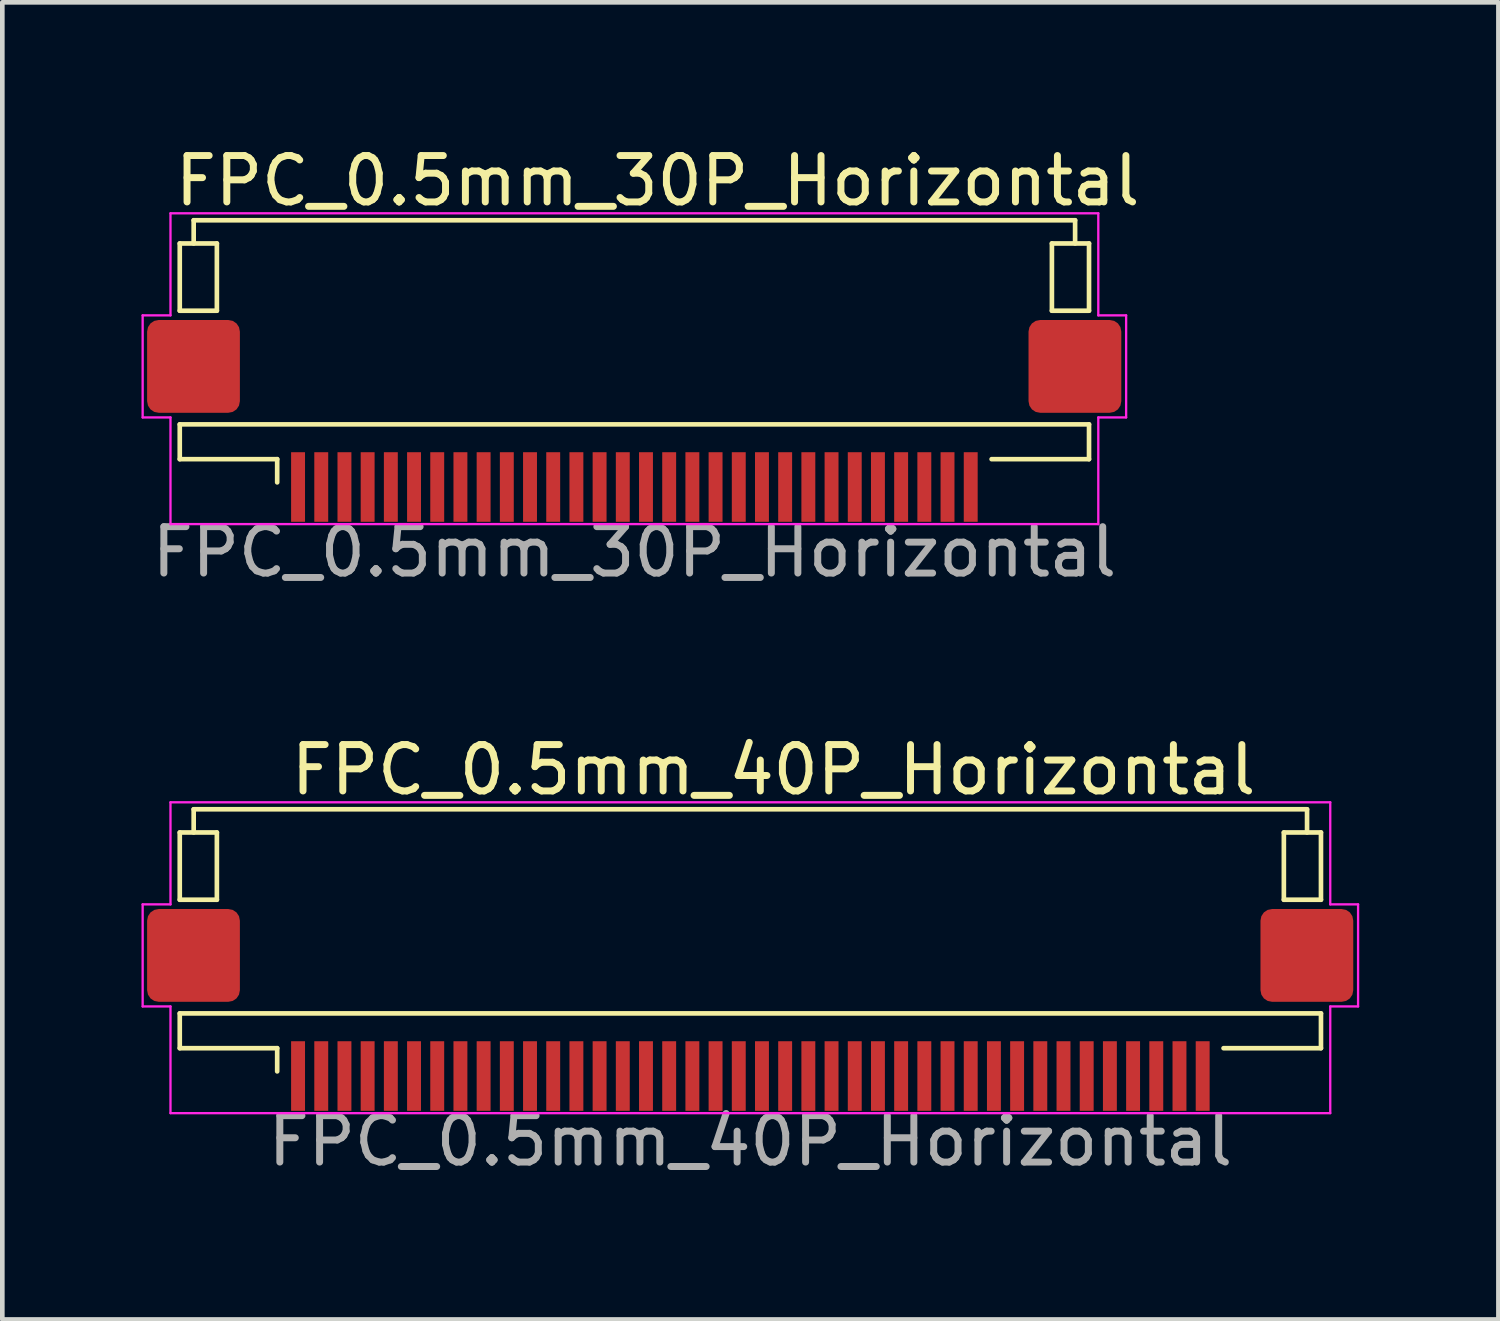
<source format=kicad_pcb>
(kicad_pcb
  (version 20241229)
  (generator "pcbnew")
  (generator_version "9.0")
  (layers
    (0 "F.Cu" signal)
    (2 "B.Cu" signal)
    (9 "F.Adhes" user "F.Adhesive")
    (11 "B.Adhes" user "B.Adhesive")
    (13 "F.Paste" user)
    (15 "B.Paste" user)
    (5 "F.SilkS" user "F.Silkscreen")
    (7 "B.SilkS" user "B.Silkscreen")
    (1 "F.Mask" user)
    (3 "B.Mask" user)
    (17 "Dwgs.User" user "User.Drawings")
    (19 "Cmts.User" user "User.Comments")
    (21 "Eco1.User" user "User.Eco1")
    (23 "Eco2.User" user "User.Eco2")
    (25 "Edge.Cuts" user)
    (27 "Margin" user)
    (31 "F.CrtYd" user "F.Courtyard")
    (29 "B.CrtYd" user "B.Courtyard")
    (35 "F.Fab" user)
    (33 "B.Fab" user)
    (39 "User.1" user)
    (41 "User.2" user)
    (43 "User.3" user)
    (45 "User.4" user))
  (footprint "FPC_0.5mm_30P_Horizontal"
    (layer "F.Cu")
    (at 10.625 6.848)
    (property "Reference" "FPC_0.5mm_30P_Horizontal" (at 0.5 -6 0) (layer "F.SilkS") (effects (font (size 1 1) (thickness 0.15))))
    (attr smd)
    (fp_line (start -9.8 -4.65) (end -9 -4.65) (stroke (width 0.1) (type default)) (layer "F.SilkS"))
    (fp_line (start -9.8 -3.2) (end -9.8 -4.65) (stroke (width 0.1) (type solid)) (layer "F.SilkS"))
    (fp_line (start -9.8 -3.2) (end -9 -3.2) (stroke (width 0.1) (type default)) (layer "F.SilkS"))
    (fp_line (start -9.8 -0.75) (end 9.8 -0.75) (stroke (width 0.1) (type default)) (layer "F.SilkS"))
    (fp_line (start -9.8 0) (end -9.8 -0.75) (stroke (width 0.1) (type solid)) (layer "F.SilkS"))
    (fp_line (start -9.5 -5.15) (end -9.5 -4.65) (stroke (width 0.1) (type default)) (layer "F.SilkS"))
    (fp_line (start -9 -4.65) (end -9 -3.2) (stroke (width 0.1) (type default)) (layer "F.SilkS"))
    (fp_line (start -7.7 0) (end -9.8 0) (stroke (width 0.1) (type solid)) (layer "F.SilkS"))
    (fp_line (start -7.7 0) (end -7.7 0.5) (stroke (width 0.1) (type solid)) (layer "F.SilkS"))
    (fp_line (start 7.7 0) (end 9.8 0.000003) (stroke (width 0.1) (type solid)) (layer "F.SilkS"))
    (fp_line (start 9 -4.65) (end 9.8 -4.65) (stroke (width 0.1) (type default)) (layer "F.SilkS"))
    (fp_line (start 9 -3.2) (end 9 -4.65) (stroke (width 0.1) (type default)) (layer "F.SilkS"))
    (fp_line (start 9 -3.2) (end 9.8 -3.2) (stroke (width 0.1) (type default)) (layer "F.SilkS"))
    (fp_line (start 9.5 -5.15) (end -9.5 -5.15) (stroke (width 0.1) (type solid)) (layer "F.SilkS"))
    (fp_line (start 9.5 -5.15) (end 9.5 -4.65) (stroke (width 0.1) (type default)) (layer "F.SilkS"))
    (fp_line (start 9.8 -3.2) (end 9.8 -4.65) (stroke (width 0.1) (type solid)) (layer "F.SilkS"))
    (fp_line (start 9.8 0.000003) (end 9.8 -0.75) (stroke (width 0.1) (type solid)) (layer "F.SilkS"))
    (fp_line (start -10.6 -3.1) (end -10.6 -0.9) (stroke (width 0.05) (type default)) (layer "F.CrtYd"))
    (fp_line (start -10.6 -0.9) (end -10 -0.9) (stroke (width 0.05) (type default)) (layer "F.CrtYd"))
    (fp_line (start -10 -5.3) (end -10 -3.1) (stroke (width 0.05) (type default)) (layer "F.CrtYd"))
    (fp_line (start -10 -3.1) (end -10.6 -3.1) (stroke (width 0.05) (type default)) (layer "F.CrtYd"))
    (fp_line (start -10 -0.9) (end -10 1.4) (stroke (width 0.05) (type default)) (layer "F.CrtYd"))
    (fp_line (start -10 1.4) (end 10 1.4) (stroke (width 0.05) (type solid)) (layer "F.CrtYd"))
    (fp_line (start 10 -5.3) (end -10 -5.3) (stroke (width 0.05) (type solid)) (layer "F.CrtYd"))
    (fp_line (start 10 -5.3) (end 10 -3.1) (stroke (width 0.05) (type default)) (layer "F.CrtYd"))
    (fp_line (start 10 -3.1) (end 10.6 -3.1) (stroke (width 0.05) (type default)) (layer "F.CrtYd"))
    (fp_line (start 10 -0.9) (end 10 1.4) (stroke (width 0.05) (type default)) (layer "F.CrtYd"))
    (fp_line (start 10.6 -3.1) (end 10.6 -0.9) (stroke (width 0.05) (type default)) (layer "F.CrtYd"))
    (fp_line (start 10.6 -0.9) (end 10 -0.9) (stroke (width 0.05) (type default)) (layer "F.CrtYd"))
    (fp_text user "${REFERENCE}" (at 0 2 180) (layer "F.Fab") (effects (font (size 1 1) (thickness 0.15))))
    (pad "1" smd rect (at -7.25 0.6 180) (size 0.3 1.5) (layers "F.Cu" "F.Mask" "F.Paste"))
    (pad "2" smd rect (at -6.75 0.6 180) (size 0.3 1.5) (layers "F.Cu" "F.Mask" "F.Paste"))
    (pad "3" smd rect (at -6.25 0.6 180) (size 0.3 1.5) (layers "F.Cu" "F.Mask" "F.Paste"))
    (pad "4" smd rect (at -5.75 0.6 180) (size 0.3 1.5) (layers "F.Cu" "F.Mask" "F.Paste"))
    (pad "5" smd rect (at -5.25 0.6 180) (size 0.3 1.5) (layers "F.Cu" "F.Mask" "F.Paste"))
    (pad "6" smd rect (at -4.75 0.6 180) (size 0.3 1.5) (layers "F.Cu" "F.Mask" "F.Paste"))
    (pad "7" smd rect (at -4.25 0.6 180) (size 0.3 1.5) (layers "F.Cu" "F.Mask" "F.Paste"))
    (pad "8" smd rect (at -3.75 0.6 180) (size 0.3 1.5) (layers "F.Cu" "F.Mask" "F.Paste"))
    (pad "9" smd rect (at -3.25 0.6 180) (size 0.3 1.5) (layers "F.Cu" "F.Mask" "F.Paste"))
    (pad "10" smd rect (at -2.75 0.6 180) (size 0.3 1.5) (layers "F.Cu" "F.Mask" "F.Paste"))
    (pad "11" smd rect (at -2.25 0.6 180) (size 0.3 1.5) (layers "F.Cu" "F.Mask" "F.Paste"))
    (pad "12" smd rect (at -1.75 0.6 180) (size 0.3 1.5) (layers "F.Cu" "F.Mask" "F.Paste"))
    (pad "13" smd rect (at -1.25 0.6 180) (size 0.3 1.5) (layers "F.Cu" "F.Mask" "F.Paste"))
    (pad "14" smd rect (at -0.75 0.6 180) (size 0.3 1.5) (layers "F.Cu" "F.Mask" "F.Paste"))
    (pad "15" smd rect (at -0.25 0.6 180) (size 0.3 1.5) (layers "F.Cu" "F.Mask" "F.Paste"))
    (pad "16" smd rect (at 0.25 0.6 180) (size 0.3 1.5) (layers "F.Cu" "F.Mask" "F.Paste"))
    (pad "17" smd rect (at 0.75 0.6 180) (size 0.3 1.5) (layers "F.Cu" "F.Mask" "F.Paste"))
    (pad "18" smd rect (at 1.25 0.6 180) (size 0.3 1.5) (layers "F.Cu" "F.Mask" "F.Paste"))
    (pad "19" smd rect (at 1.75 0.6 180) (size 0.3 1.5) (layers "F.Cu" "F.Mask" "F.Paste"))
    (pad "20" smd rect (at 2.25 0.6 180) (size 0.3 1.5) (layers "F.Cu" "F.Mask" "F.Paste"))
    (pad "21" smd rect (at 2.75 0.6 180) (size 0.3 1.5) (layers "F.Cu" "F.Mask" "F.Paste"))
    (pad "22" smd rect (at 3.25 0.6 180) (size 0.3 1.5) (layers "F.Cu" "F.Mask" "F.Paste"))
    (pad "23" smd rect (at 3.75 0.6 180) (size 0.3 1.5) (layers "F.Cu" "F.Mask" "F.Paste"))
    (pad "24" smd rect (at 4.25 0.6 180) (size 0.3 1.5) (layers "F.Cu" "F.Mask" "F.Paste"))
    (pad "25" smd rect (at 4.75 0.6 180) (size 0.3 1.5) (layers "F.Cu" "F.Mask" "F.Paste"))
    (pad "26" smd rect (at 5.25 0.6 180) (size 0.3 1.5) (layers "F.Cu" "F.Mask" "F.Paste"))
    (pad "27" smd rect (at 5.75 0.6 180) (size 0.3 1.5) (layers "F.Cu" "F.Mask" "F.Paste"))
    (pad "28" smd rect (at 6.25 0.6 180) (size 0.3 1.5) (layers "F.Cu" "F.Mask" "F.Paste"))
    (pad "29" smd rect (at 6.75 0.6 180) (size 0.3 1.5) (layers "F.Cu" "F.Mask" "F.Paste"))
    (pad "30" smd rect (at 7.25 0.6 180) (size 0.3 1.5) (layers "F.Cu" "F.Mask" "F.Paste"))
    (pad "MP" smd roundrect (at -9.504 -2 270) (size 2 2) (layers "F.Cu" "F.Mask" "F.Paste") (roundrect_rratio 0.125))
    (pad "MP" smd roundrect (at 9.496 -2 180) (size 2 2) (layers "F.Cu" "F.Mask" "F.Paste") (roundrect_rratio 0.125)))
  (footprint "FPC_0.5mm_40P_Horizontal"
    (layer "F.Cu")
    (at 13.125 19.545)
    (property "Reference" "FPC_0.5mm_40P_Horizontal" (at 0.5 -6 0) (layer "F.SilkS") (effects (font (size 1 1) (thickness 0.15))))
    (attr smd)
    (fp_line (start -12.3 -4.65) (end -11.5 -4.65) (stroke (width 0.1) (type default)) (layer "F.SilkS"))
    (fp_line (start -12.3 -3.2) (end -12.3 -4.65) (stroke (width 0.1) (type solid)) (layer "F.SilkS"))
    (fp_line (start -12.3 -3.2) (end -11.5 -3.2) (stroke (width 0.1) (type default)) (layer "F.SilkS"))
    (fp_line (start -12.3 -0.75) (end 12.3 -0.75) (stroke (width 0.1) (type default)) (layer "F.SilkS"))
    (fp_line (start -12.3 0) (end -12.3 -0.75) (stroke (width 0.1) (type solid)) (layer "F.SilkS"))
    (fp_line (start -12 -5.15) (end -12 -4.65) (stroke (width 0.1) (type default)) (layer "F.SilkS"))
    (fp_line (start -11.5 -4.65) (end -11.5 -3.2) (stroke (width 0.1) (type default)) (layer "F.SilkS"))
    (fp_line (start -10.2 0) (end -12.3 0) (stroke (width 0.1) (type solid)) (layer "F.SilkS"))
    (fp_line (start -10.2 0) (end -10.2 0.5) (stroke (width 0.1) (type solid)) (layer "F.SilkS"))
    (fp_line (start 10.2 0) (end 12.3 0.000003) (stroke (width 0.1) (type solid)) (layer "F.SilkS"))
    (fp_line (start 11.5 -4.65) (end 12.3 -4.65) (stroke (width 0.1) (type default)) (layer "F.SilkS"))
    (fp_line (start 11.5 -3.2) (end 11.5 -4.65) (stroke (width 0.1) (type default)) (layer "F.SilkS"))
    (fp_line (start 11.5 -3.2) (end 12.3 -3.2) (stroke (width 0.1) (type default)) (layer "F.SilkS"))
    (fp_line (start 12 -5.15) (end -12 -5.15) (stroke (width 0.1) (type solid)) (layer "F.SilkS"))
    (fp_line (start 12 -5.15) (end 12 -4.65) (stroke (width 0.1) (type default)) (layer "F.SilkS"))
    (fp_line (start 12.3 -3.2) (end 12.3 -4.65) (stroke (width 0.1) (type solid)) (layer "F.SilkS"))
    (fp_line (start 12.3 0.000003) (end 12.3 -0.75) (stroke (width 0.1) (type solid)) (layer "F.SilkS"))
    (fp_line (start -13.1 -3.1) (end -13.1 -0.9) (stroke (width 0.05) (type default)) (layer "F.CrtYd"))
    (fp_line (start -13.1 -0.9) (end -12.5 -0.9) (stroke (width 0.05) (type default)) (layer "F.CrtYd"))
    (fp_line (start -12.5 -5.3) (end -12.5 -3.1) (stroke (width 0.05) (type default)) (layer "F.CrtYd"))
    (fp_line (start -12.5 -3.1) (end -13.1 -3.1) (stroke (width 0.05) (type default)) (layer "F.CrtYd"))
    (fp_line (start -12.5 -0.9) (end -12.5 1.4) (stroke (width 0.05) (type default)) (layer "F.CrtYd"))
    (fp_line (start -12.5 1.4) (end 12.5 1.4) (stroke (width 0.05) (type solid)) (layer "F.CrtYd"))
    (fp_line (start 12.5 -5.3) (end -12.5 -5.3) (stroke (width 0.05) (type solid)) (layer "F.CrtYd"))
    (fp_line (start 12.5 -5.3) (end 12.5 -3.1) (stroke (width 0.05) (type default)) (layer "F.CrtYd"))
    (fp_line (start 12.5 -3.1) (end 13.1 -3.1) (stroke (width 0.05) (type default)) (layer "F.CrtYd"))
    (fp_line (start 12.5 -0.9) (end 12.5 1.4) (stroke (width 0.05) (type default)) (layer "F.CrtYd"))
    (fp_line (start 13.1 -3.1) (end 13.1 -0.9) (stroke (width 0.05) (type default)) (layer "F.CrtYd"))
    (fp_line (start 13.1 -0.9) (end 12.5 -0.9) (stroke (width 0.05) (type default)) (layer "F.CrtYd"))
    (fp_text user "${REFERENCE}" (at 0 2 180) (layer "F.Fab") (effects (font (size 1 1) (thickness 0.15))))
    (pad "1" smd rect (at -9.75 0.6 180) (size 0.3 1.5) (layers "F.Cu" "F.Mask" "F.Paste"))
    (pad "2" smd rect (at -9.25 0.6 180) (size 0.3 1.5) (layers "F.Cu" "F.Mask" "F.Paste"))
    (pad "3" smd rect (at -8.75 0.6 180) (size 0.3 1.5) (layers "F.Cu" "F.Mask" "F.Paste"))
    (pad "4" smd rect (at -8.25 0.6 180) (size 0.3 1.5) (layers "F.Cu" "F.Mask" "F.Paste"))
    (pad "5" smd rect (at -7.75 0.6 180) (size 0.3 1.5) (layers "F.Cu" "F.Mask" "F.Paste"))
    (pad "6" smd rect (at -7.25 0.6 180) (size 0.3 1.5) (layers "F.Cu" "F.Mask" "F.Paste"))
    (pad "7" smd rect (at -6.75 0.6 180) (size 0.3 1.5) (layers "F.Cu" "F.Mask" "F.Paste"))
    (pad "8" smd rect (at -6.25 0.6 180) (size 0.3 1.5) (layers "F.Cu" "F.Mask" "F.Paste"))
    (pad "9" smd rect (at -5.75 0.6 180) (size 0.3 1.5) (layers "F.Cu" "F.Mask" "F.Paste"))
    (pad "10" smd rect (at -5.25 0.6 180) (size 0.3 1.5) (layers "F.Cu" "F.Mask" "F.Paste"))
    (pad "11" smd rect (at -4.75 0.6 180) (size 0.3 1.5) (layers "F.Cu" "F.Mask" "F.Paste"))
    (pad "12" smd rect (at -4.25 0.6 180) (size 0.3 1.5) (layers "F.Cu" "F.Mask" "F.Paste"))
    (pad "13" smd rect (at -3.75 0.6 180) (size 0.3 1.5) (layers "F.Cu" "F.Mask" "F.Paste"))
    (pad "14" smd rect (at -3.25 0.6 180) (size 0.3 1.5) (layers "F.Cu" "F.Mask" "F.Paste"))
    (pad "15" smd rect (at -2.75 0.6 180) (size 0.3 1.5) (layers "F.Cu" "F.Mask" "F.Paste"))
    (pad "16" smd rect (at -2.25 0.6 180) (size 0.3 1.5) (layers "F.Cu" "F.Mask" "F.Paste"))
    (pad "17" smd rect (at -1.75 0.6 180) (size 0.3 1.5) (layers "F.Cu" "F.Mask" "F.Paste"))
    (pad "18" smd rect (at -1.25 0.6 180) (size 0.3 1.5) (layers "F.Cu" "F.Mask" "F.Paste"))
    (pad "19" smd rect (at -0.75 0.6 180) (size 0.3 1.5) (layers "F.Cu" "F.Mask" "F.Paste"))
    (pad "20" smd rect (at -0.25 0.6 180) (size 0.3 1.5) (layers "F.Cu" "F.Mask" "F.Paste"))
    (pad "21" smd rect (at 0.25 0.6 180) (size 0.3 1.5) (layers "F.Cu" "F.Mask" "F.Paste"))
    (pad "22" smd rect (at 0.75 0.6 180) (size 0.3 1.5) (layers "F.Cu" "F.Mask" "F.Paste"))
    (pad "23" smd rect (at 1.25 0.6 180) (size 0.3 1.5) (layers "F.Cu" "F.Mask" "F.Paste"))
    (pad "24" smd rect (at 1.75 0.6 180) (size 0.3 1.5) (layers "F.Cu" "F.Mask" "F.Paste"))
    (pad "25" smd rect (at 2.25 0.6 180) (size 0.3 1.5) (layers "F.Cu" "F.Mask" "F.Paste"))
    (pad "26" smd rect (at 2.75 0.6 180) (size 0.3 1.5) (layers "F.Cu" "F.Mask" "F.Paste"))
    (pad "27" smd rect (at 3.25 0.6 180) (size 0.3 1.5) (layers "F.Cu" "F.Mask" "F.Paste"))
    (pad "28" smd rect (at 3.75 0.6 180) (size 0.3 1.5) (layers "F.Cu" "F.Mask" "F.Paste"))
    (pad "29" smd rect (at 4.25 0.6 180) (size 0.3 1.5) (layers "F.Cu" "F.Mask" "F.Paste"))
    (pad "30" smd rect (at 4.75 0.6 180) (size 0.3 1.5) (layers "F.Cu" "F.Mask" "F.Paste"))
    (pad "31" smd rect (at 5.25 0.6 180) (size 0.3 1.5) (layers "F.Cu" "F.Mask" "F.Paste"))
    (pad "32" smd rect (at 5.75 0.6 180) (size 0.3 1.5) (layers "F.Cu" "F.Mask" "F.Paste"))
    (pad "33" smd rect (at 6.25 0.6 180) (size 0.3 1.5) (layers "F.Cu" "F.Mask" "F.Paste"))
    (pad "34" smd rect (at 6.75 0.6 180) (size 0.3 1.5) (layers "F.Cu" "F.Mask" "F.Paste"))
    (pad "35" smd rect (at 7.25 0.6 180) (size 0.3 1.5) (layers "F.Cu" "F.Mask" "F.Paste"))
    (pad "36" smd rect (at 7.75 0.6 180) (size 0.3 1.5) (layers "F.Cu" "F.Mask" "F.Paste"))
    (pad "37" smd rect (at 8.25 0.6 180) (size 0.3 1.5) (layers "F.Cu" "F.Mask" "F.Paste"))
    (pad "38" smd rect (at 8.75 0.6 180) (size 0.3 1.5) (layers "F.Cu" "F.Mask" "F.Paste"))
    (pad "39" smd rect (at 9.25 0.6 180) (size 0.3 1.5) (layers "F.Cu" "F.Mask" "F.Paste"))
    (pad "40" smd rect (at 9.75 0.6 180) (size 0.3 1.5) (layers "F.Cu" "F.Mask" "F.Paste"))
    (pad "MP" smd roundrect (at -12.004 -2 270) (size 2 2) (layers "F.Cu" "F.Mask" "F.Paste") (roundrect_rratio 0.125))
    (pad "MP" smd roundrect (at 11.996 -2 180) (size 2 2) (layers "F.Cu" "F.Mask" "F.Paste") (roundrect_rratio 0.125)))
  (gr_rect
    (start -3 -3)
    (end 29.25 25.393)
    (stroke (width 0.1) (type default))
    (fill no)
    (layer "Edge.Cuts")))
</source>
